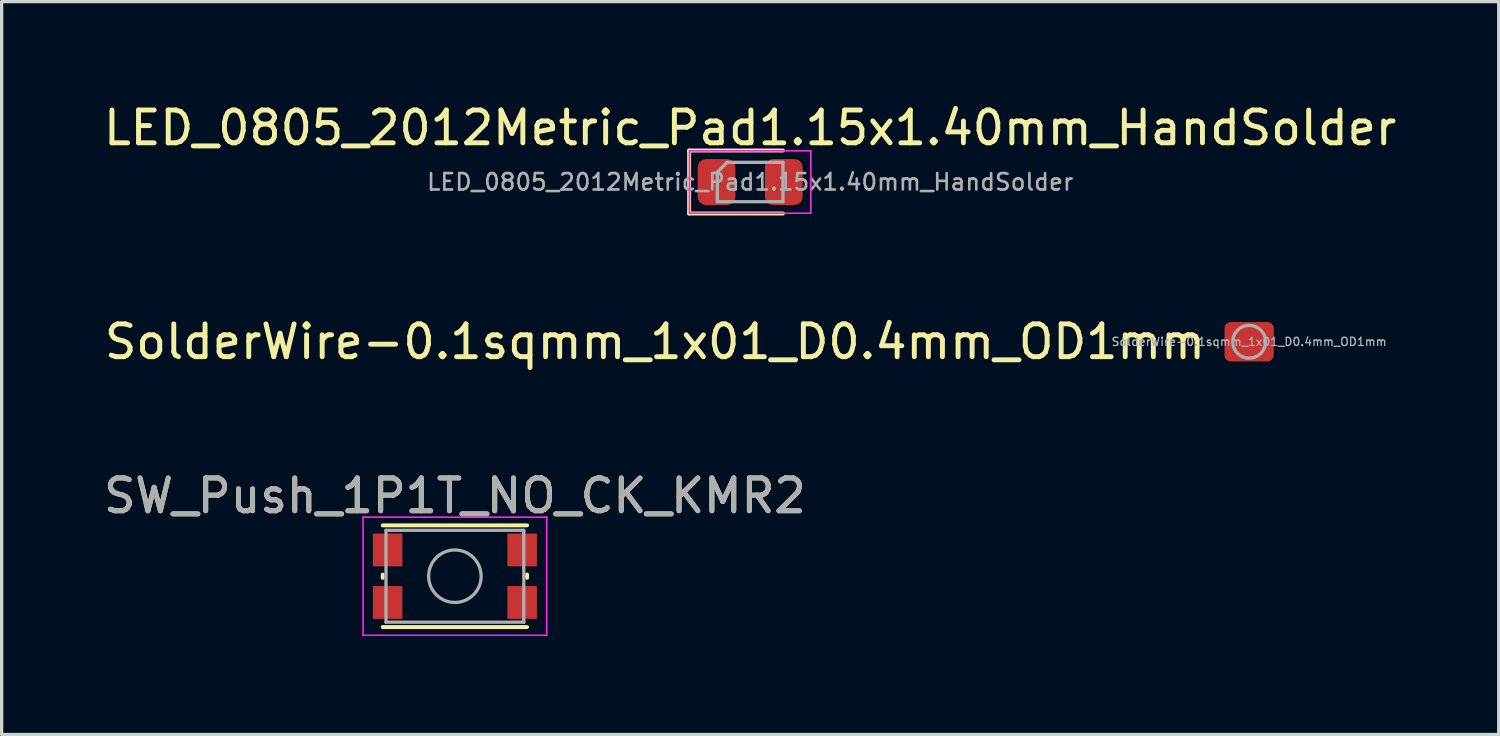
<source format=kicad_pcb>
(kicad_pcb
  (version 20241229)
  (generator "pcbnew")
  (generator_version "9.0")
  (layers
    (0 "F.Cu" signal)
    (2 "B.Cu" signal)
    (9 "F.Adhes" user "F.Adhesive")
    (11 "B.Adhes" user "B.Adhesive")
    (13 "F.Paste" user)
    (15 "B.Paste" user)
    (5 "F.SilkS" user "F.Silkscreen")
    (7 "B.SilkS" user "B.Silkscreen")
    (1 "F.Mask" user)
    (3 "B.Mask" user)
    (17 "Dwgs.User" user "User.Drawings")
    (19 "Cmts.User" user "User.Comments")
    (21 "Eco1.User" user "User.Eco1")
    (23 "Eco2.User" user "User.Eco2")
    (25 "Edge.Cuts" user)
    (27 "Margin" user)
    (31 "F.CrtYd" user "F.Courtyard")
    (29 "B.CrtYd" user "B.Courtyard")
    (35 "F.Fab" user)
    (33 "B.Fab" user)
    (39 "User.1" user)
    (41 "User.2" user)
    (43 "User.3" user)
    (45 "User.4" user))
  (footprint "LED_0805_2012Metric_Pad1.15x1.40mm_HandSolder"
    (layer "F.Cu")
    (at 19.815 2.498)
    (property "Reference" "LED_0805_2012Metric_Pad1.15x1.40mm_HandSolder" (at 0 -1.65 0) (layer "F.SilkS") (effects (font (size 1 1) (thickness 0.15))))
    (attr smd)
    (fp_line (start -1.86 -0.96) (end -1.86 0.96) (stroke (width 0.12) (type solid)) (layer "F.SilkS"))
    (fp_line (start -1.86 0.96) (end 1 0.96) (stroke (width 0.12) (type solid)) (layer "F.SilkS"))
    (fp_line (start 1 -0.96) (end -1.86 -0.96) (stroke (width 0.12) (type solid)) (layer "F.SilkS"))
    (fp_line (start -1.85 -0.95) (end 1.85 -0.95) (stroke (width 0.05) (type solid)) (layer "F.CrtYd"))
    (fp_line (start -1.85 0.95) (end -1.85 -0.95) (stroke (width 0.05) (type solid)) (layer "F.CrtYd"))
    (fp_line (start 1.85 -0.95) (end 1.85 0.95) (stroke (width 0.05) (type solid)) (layer "F.CrtYd"))
    (fp_line (start 1.85 0.95) (end -1.85 0.95) (stroke (width 0.05) (type solid)) (layer "F.CrtYd"))
    (fp_line (start -1 -0.3) (end -1 0.6) (stroke (width 0.1) (type solid)) (layer "F.Fab"))
    (fp_line (start -1 0.6) (end 1 0.6) (stroke (width 0.1) (type solid)) (layer "F.Fab"))
    (fp_line (start -0.7 -0.6) (end -1 -0.3) (stroke (width 0.1) (type solid)) (layer "F.Fab"))
    (fp_line (start 1 -0.6) (end -0.7 -0.6) (stroke (width 0.1) (type solid)) (layer "F.Fab"))
    (fp_line (start 1 0.6) (end 1 -0.6) (stroke (width 0.1) (type solid)) (layer "F.Fab"))
    (fp_text user "${REFERENCE}" (at 0 0 0) (layer "F.Fab") (effects (font (size 0.5 0.5) (thickness 0.08))))
    (pad "1" smd roundrect (at -1.025 0) (size 1.15 1.4) (layers "F.Cu" "F.Mask" "F.Paste") (roundrect_rratio 0.217))
    (pad "2" smd roundrect (at 1.025 0) (size 1.15 1.4) (layers "F.Cu" "F.Mask" "F.Paste") (roundrect_rratio 0.217)))
  (footprint "SW_Push_1P1T_NO_CK_KMR2"
    (layer "F.Cu")
    (at 10.815 14.513)
    (property "Reference" "SW_Push_1P1T_NO_CK_KMR2" (at 0 -2.45 0) (layer "F.SilkS") (effects (font (size 1 1) (thickness 0.15))))
    (attr smd)
    (fp_line (start -2.2 0.05) (end -2.2 -0.05) (stroke (width 0.12) (type solid)) (layer "F.SilkS"))
    (fp_line (start -2.2 1.55) (end 2.2 1.55) (stroke (width 0.12) (type solid)) (layer "F.SilkS"))
    (fp_line (start 2.2 -1.55) (end -2.2 -1.55) (stroke (width 0.12) (type solid)) (layer "F.SilkS"))
    (fp_line (start 2.2 0.05) (end 2.2 -0.05) (stroke (width 0.12) (type solid)) (layer "F.SilkS"))
    (fp_line (start -2.8 -1.8) (end 2.8 -1.8) (stroke (width 0.05) (type solid)) (layer "F.CrtYd"))
    (fp_line (start -2.8 1.8) (end -2.8 -1.8) (stroke (width 0.05) (type solid)) (layer "F.CrtYd"))
    (fp_line (start 2.8 -1.8) (end 2.8 1.8) (stroke (width 0.05) (type solid)) (layer "F.CrtYd"))
    (fp_line (start 2.8 1.8) (end -2.8 1.8) (stroke (width 0.05) (type solid)) (layer "F.CrtYd"))
    (fp_line (start -2.1 -1.4) (end 2.1 -1.4) (stroke (width 0.1) (type solid)) (layer "F.Fab"))
    (fp_line (start -2.1 1.4) (end -2.1 -1.4) (stroke (width 0.1) (type solid)) (layer "F.Fab"))
    (fp_line (start 2.1 -1.4) (end 2.1 1.4) (stroke (width 0.1) (type solid)) (layer "F.Fab"))
    (fp_line (start 2.1 1.4) (end -2.1 1.4) (stroke (width 0.1) (type solid)) (layer "F.Fab"))
    (fp_circle (center 0 0) (end 0 0.8) (stroke (width 0.1) (type solid)) (fill no) (layer "F.Fab"))
    (fp_text user "${REFERENCE}" (at 0 -2.45 0) (layer "F.Fab") (effects (font (size 1 1) (thickness 0.15))))
    (pad "1" smd rect (at -2.05 -0.8) (size 0.9 1) (layers "F.Cu" "F.Mask" "F.Paste"))
    (pad "1" smd rect (at 2.05 -0.8) (size 0.9 1) (layers "F.Cu" "F.Mask" "F.Paste"))
    (pad "2" smd rect (at -2.05 0.8) (size 0.9 1) (layers "F.Cu" "F.Mask" "F.Paste"))
    (pad "2" smd rect (at 2.05 0.8) (size 0.9 1) (layers "F.Cu" "F.Mask" "F.Paste")))
  (footprint "SolderWire-0.1sqmm_1x01_D0.4mm_OD1mm"
    (layer "F.Cu")
    (at 35.024 7.367)
    (property "Reference" "SolderWire-0.1sqmm_1x01_D0.4mm_OD1mm" (at -1.25 0 0) (layer "F.SilkS") (effects (font (size 1 1) (thickness 0.15)) (justify right)))
    (attr exclude_from_pos_files exclude_from_bom)
    (fp_circle (center 0 0) (end 0.5 0) (stroke (width 0.1) (type solid)) (fill no) (layer "F.Fab"))
    (fp_text user "${REFERENCE}" (at 0 0 0) (layer "F.Fab") (effects (font (size 0.25 0.25) (thickness 0.04))))
    (pad "1" smd roundrect (at 0 0) (size 1.5 1.2) (layers "F.Cu" "F.Mask") (roundrect_rratio 0.156)))
  (gr_rect
    (start -3 -3)
    (end 42.631 19.338)
    (stroke (width 0.1) (type default))
    (fill no)
    (layer "Edge.Cuts")))
</source>
